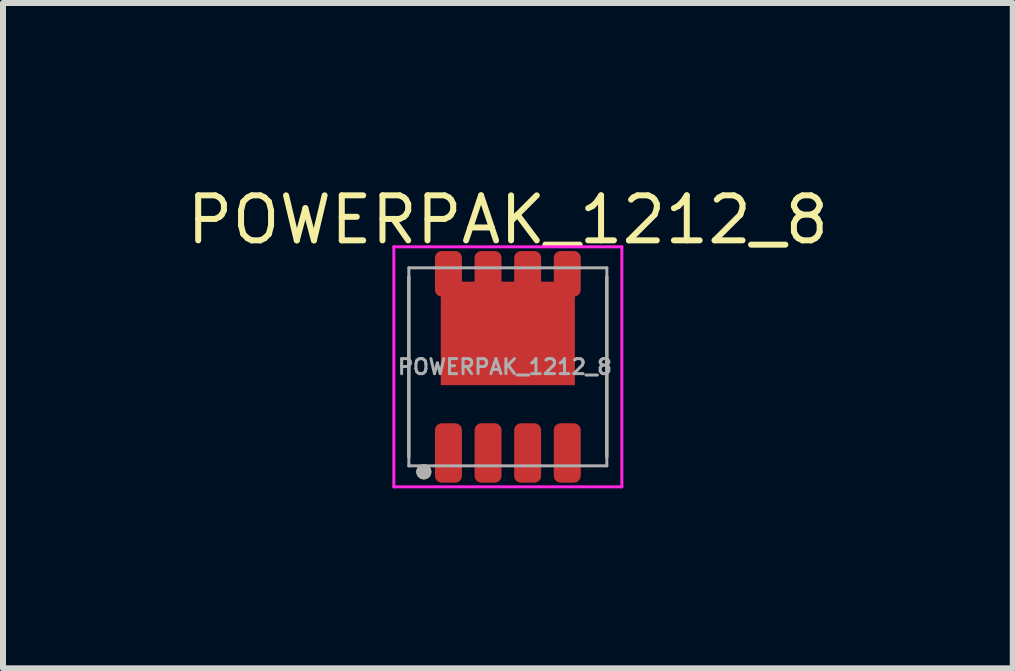
<source format=kicad_pcb>
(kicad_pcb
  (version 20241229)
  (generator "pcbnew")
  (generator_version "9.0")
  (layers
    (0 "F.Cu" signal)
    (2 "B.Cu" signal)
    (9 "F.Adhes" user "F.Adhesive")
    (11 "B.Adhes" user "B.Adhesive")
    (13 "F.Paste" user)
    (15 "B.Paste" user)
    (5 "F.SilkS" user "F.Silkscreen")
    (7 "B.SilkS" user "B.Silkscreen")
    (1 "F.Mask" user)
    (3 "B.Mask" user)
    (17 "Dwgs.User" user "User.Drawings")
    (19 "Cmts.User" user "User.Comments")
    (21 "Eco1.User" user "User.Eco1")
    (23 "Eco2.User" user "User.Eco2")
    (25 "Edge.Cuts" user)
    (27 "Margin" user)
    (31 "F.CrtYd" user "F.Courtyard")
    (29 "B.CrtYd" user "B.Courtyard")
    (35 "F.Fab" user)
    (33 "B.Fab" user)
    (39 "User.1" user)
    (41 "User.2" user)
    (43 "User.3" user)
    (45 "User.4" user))
  (footprint "POWERPAK_1212_8"
    (layer "F.Cu")
    (at 5.414 3.064)
    (property "Reference" "POWERPAK_1212_8" (at 0 -2.45 0) (unlocked yes) (layer "F.SilkS") (effects (font (size 0.75 0.75) (thickness 0.1))))
    (attr smd)
    (fp_line (start -1.65 -1.5) (end -1.65 1.5) (stroke (width 0.05) (type solid)) (layer "F.SilkS"))
    (fp_line (start 1.65 -1.5) (end 1.65 1.5) (stroke (width 0.05) (type solid)) (layer "F.SilkS"))
    (fp_circle (center -1.4 1.75) (end -1.4 1.75) (stroke (width 0.05) (type solid)) (fill no) (layer "F.SilkS"))
    (fp_circle (center -1.4 1.75) (end -1.35 1.75) (stroke (width 0.05) (type solid)) (fill no) (layer "F.SilkS"))
    (fp_circle (center -1.4 1.75) (end -1.3 1.75) (stroke (width 0.05) (type solid)) (fill no) (layer "F.SilkS"))
    (fp_line (start -1.9 -2) (end 1.9 -2) (stroke (width 0.05) (type solid)) (layer "F.CrtYd"))
    (fp_line (start -1.9 2) (end -1.9 -2) (stroke (width 0.05) (type solid)) (layer "F.CrtYd"))
    (fp_line (start 1.9 -2) (end 1.9 2) (stroke (width 0.05) (type solid)) (layer "F.CrtYd"))
    (fp_line (start 1.9 2) (end -1.9 2) (stroke (width 0.05) (type solid)) (layer "F.CrtYd"))
    (fp_line (start -1.65 -1.65) (end 1.65 -1.65) (stroke (width 0.05) (type solid)) (layer "F.Fab"))
    (fp_line (start -1.65 1.65) (end -1.65 -1.65) (stroke (width 0.05) (type solid)) (layer "F.Fab"))
    (fp_line (start -1.65 1.65) (end 1.65 1.65) (stroke (width 0.05) (type solid)) (layer "F.Fab"))
    (fp_line (start 1.65 1.65) (end 1.65 -1.65) (stroke (width 0.05) (type solid)) (layer "F.Fab"))
    (fp_circle (center -1.4 1.75) (end -1.4 1.75) (stroke (width 0.05) (type solid)) (fill no) (layer "F.Fab"))
    (fp_circle (center -1.4 1.75) (end -1.35 1.75) (stroke (width 0.05) (type solid)) (fill no) (layer "F.Fab"))
    (fp_circle (center -1.4 1.75) (end -1.3 1.75) (stroke (width 0.05) (type solid)) (fill no) (layer "F.Fab"))
    (fp_text user "${REFERENCE}" (at -0.05 0 0) (unlocked yes) (layer "F.Fab") (effects (font (size 0.25 0.25) (thickness 0.05))))
    (pad "1" smd roundrect (at -0.99 -1.55) (size 0.45 0.76) (layers "F.Cu" "F.Mask" "F.Paste") (roundrect_rratio 0.25))
    (pad "1" smd roundrect (at -0.99 1.435) (size 0.45 0.99) (layers "F.Cu" "F.Mask" "F.Paste") (roundrect_rratio 0.25))
    (pad "2" smd roundrect (at -0.33 -1.55) (size 0.45 0.76) (layers "F.Cu" "F.Mask" "F.Paste") (roundrect_rratio 0.25))
    (pad "2" smd roundrect (at -0.33 1.435) (size 0.45 0.99) (layers "F.Cu" "F.Mask" "F.Paste") (roundrect_rratio 0.25))
    (pad "3" smd roundrect (at 0.33 -1.55) (size 0.45 0.76) (layers "F.Cu" "F.Mask" "F.Paste") (roundrect_rratio 0.25))
    (pad "3" smd roundrect (at 0.33 1.435) (size 0.45 0.99) (layers "F.Cu" "F.Mask" "F.Paste") (roundrect_rratio 0.25))
    (pad "4" smd roundrect (at 0.99 -1.55) (size 0.45 0.76) (layers "F.Cu" "F.Mask" "F.Paste") (roundrect_rratio 0.25))
    (pad "4" smd roundrect (at 0.99 1.435) (size 0.45 0.99) (layers "F.Cu" "F.Mask" "F.Paste") (roundrect_rratio 0.25))
    (pad "9" smd rect (at 0 -0.557) (size 2.235 1.725) (layers "F.Cu" "F.Mask" "F.Paste")))
  (gr_rect
    (start -3 -3)
    (end 13.829 8.089)
    (stroke (width 0.1) (type default))
    (fill no)
    (layer "Edge.Cuts")))
</source>
